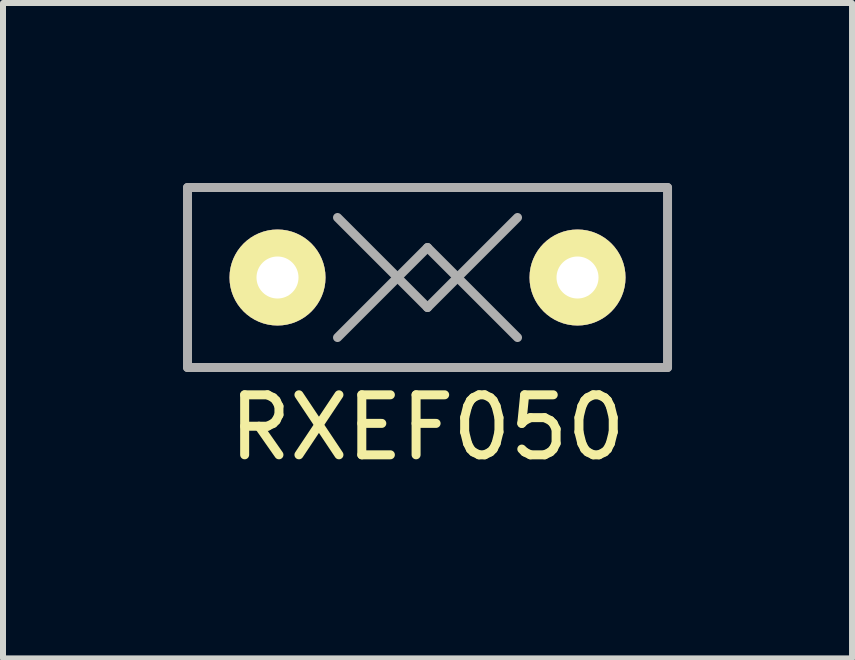
<source format=kicad_pcb>
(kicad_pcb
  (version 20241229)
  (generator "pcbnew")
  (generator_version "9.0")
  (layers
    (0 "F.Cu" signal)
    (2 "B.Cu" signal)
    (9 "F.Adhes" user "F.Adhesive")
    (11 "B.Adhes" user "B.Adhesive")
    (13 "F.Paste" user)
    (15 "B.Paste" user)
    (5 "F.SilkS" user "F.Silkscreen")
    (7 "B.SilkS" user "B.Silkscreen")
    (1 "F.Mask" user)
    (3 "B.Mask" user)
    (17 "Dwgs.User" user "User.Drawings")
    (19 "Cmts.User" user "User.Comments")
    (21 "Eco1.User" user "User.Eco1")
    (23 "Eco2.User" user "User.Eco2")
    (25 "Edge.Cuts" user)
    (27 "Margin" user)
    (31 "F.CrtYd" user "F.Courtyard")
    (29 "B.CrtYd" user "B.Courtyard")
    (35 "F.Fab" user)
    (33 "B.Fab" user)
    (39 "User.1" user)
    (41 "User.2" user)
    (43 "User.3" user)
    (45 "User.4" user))
  (footprint "RXEF050"
    (layer "F.Cu")
    (at 4.075 1.575)
    (property "Reference" "RXEF050" (at 0 2.5 0) (layer "F.SilkS") (effects (font (size 1 1) (thickness 0.15))))
    (attr through_hole)
    (fp_line (start -4 -1.5) (end 4 -1.5) (stroke (width 0.15) (type solid)) (layer "F.Fab"))
    (fp_line (start -4 1.5) (end -4 -1.5) (stroke (width 0.15) (type solid)) (layer "F.Fab"))
    (fp_line (start -1.5 -1) (end 0 0.5) (stroke (width 0.15) (type solid)) (layer "F.Fab"))
    (fp_line (start -1.5 1) (end 0 -0.5) (stroke (width 0.15) (type solid)) (layer "F.Fab"))
    (fp_line (start 0 -0.5) (end 1.5 1) (stroke (width 0.15) (type solid)) (layer "F.Fab"))
    (fp_line (start 0 0.5) (end 1.5 -1) (stroke (width 0.15) (type solid)) (layer "F.Fab"))
    (fp_line (start 4 -1.5) (end 4 1.5) (stroke (width 0.15) (type solid)) (layer "F.Fab"))
    (fp_line (start 4 1.5) (end -4 1.5) (stroke (width 0.15) (type solid)) (layer "F.Fab"))
    (pad "1" thru_hole circle (at -2.5 0) (size 1.6 1.6) (drill 0.7) (layers "*.Cu" "*.Mask" "F.SilkS"))
    (pad "2" thru_hole circle (at 2.5 0) (size 1.6 1.6) (drill 0.7) (layers "*.Cu" "*.Mask" "F.SilkS")))
  (gr_rect
    (start -3 -3)
    (end 11.15 7.923)
    (stroke (width 0.1) (type default))
    (fill no)
    (layer "Edge.Cuts")))
</source>
